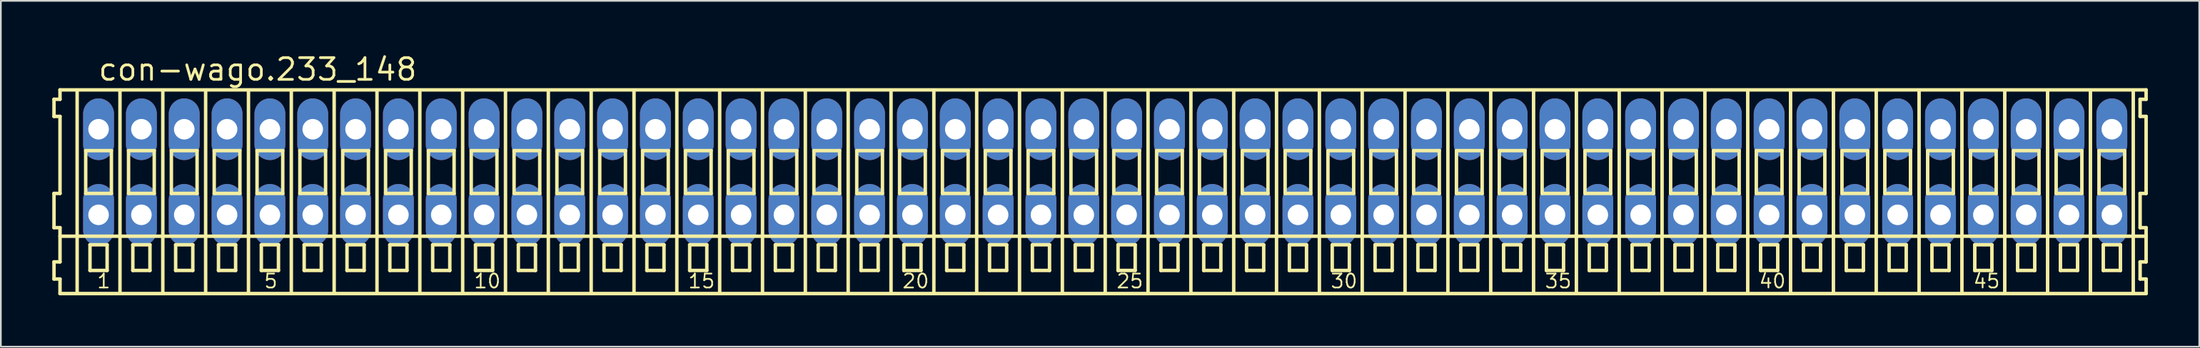
<source format=kicad_pcb>
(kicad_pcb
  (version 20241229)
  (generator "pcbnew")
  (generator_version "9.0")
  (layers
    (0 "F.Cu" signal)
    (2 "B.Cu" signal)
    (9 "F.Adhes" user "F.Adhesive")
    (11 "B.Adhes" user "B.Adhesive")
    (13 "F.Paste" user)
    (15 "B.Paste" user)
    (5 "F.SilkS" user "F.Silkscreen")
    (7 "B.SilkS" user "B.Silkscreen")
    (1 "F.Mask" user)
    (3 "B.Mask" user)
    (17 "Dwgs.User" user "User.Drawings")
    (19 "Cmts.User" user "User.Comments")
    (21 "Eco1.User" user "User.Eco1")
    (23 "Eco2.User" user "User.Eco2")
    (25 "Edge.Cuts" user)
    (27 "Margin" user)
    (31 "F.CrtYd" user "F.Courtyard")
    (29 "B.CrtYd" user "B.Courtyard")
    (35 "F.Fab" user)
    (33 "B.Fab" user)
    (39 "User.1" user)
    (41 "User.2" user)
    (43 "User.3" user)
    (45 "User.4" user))
  (footprint "con-wago.233_148"
    (layer "F.Cu")
    (at 61.452 7)
    (property "Reference" "con-wago.233_148" (at -58.85 -5.25 0) (layer "F.SilkS") (effects (font (size 1.27 1.27) (thickness 0.16)) (justify left bottom)))
    (attr through_hole)
    (fp_line (start -61.35 -4.25) (end -61.35 -3.25) (stroke (width 0.203) (type default)) (layer "F.SilkS"))
    (fp_line (start -61.35 -3.25) (end -61 -3.25) (stroke (width 0.203) (type default)) (layer "F.SilkS"))
    (fp_line (start -61.35 1.25) (end -61.35 3.25) (stroke (width 0.203) (type default)) (layer "F.SilkS"))
    (fp_line (start -61.35 3.25) (end -61 3.25) (stroke (width 0.203) (type default)) (layer "F.SilkS"))
    (fp_line (start -61.35 5.25) (end -61.35 6.25) (stroke (width 0.203) (type default)) (layer "F.SilkS"))
    (fp_line (start -61.35 6.25) (end -61 6.25) (stroke (width 0.203) (type default)) (layer "F.SilkS"))
    (fp_line (start -61 -4.8) (end -61 -4.25) (stroke (width 0.203) (type default)) (layer "F.SilkS"))
    (fp_line (start -61 -4.25) (end -61.35 -4.25) (stroke (width 0.203) (type default)) (layer "F.SilkS"))
    (fp_line (start -61 -3.25) (end -61 1.25) (stroke (width 0.203) (type default)) (layer "F.SilkS"))
    (fp_line (start -61 1.25) (end -61.35 1.25) (stroke (width 0.203) (type default)) (layer "F.SilkS"))
    (fp_line (start -61 3.25) (end -61 5.25) (stroke (width 0.203) (type default)) (layer "F.SilkS"))
    (fp_line (start -61 3.75) (end 60.75 3.75) (stroke (width 0.203) (type default)) (layer "F.SilkS"))
    (fp_line (start -61 5.25) (end -61.35 5.25) (stroke (width 0.203) (type default)) (layer "F.SilkS"))
    (fp_line (start -61 6.25) (end -61 7.1) (stroke (width 0.203) (type default)) (layer "F.SilkS"))
    (fp_line (start -61 7.1) (end 60.75 7.1) (stroke (width 0.203) (type default)) (layer "F.SilkS"))
    (fp_line (start -60 -4.75) (end -60 7) (stroke (width 0.203) (type default)) (layer "F.SilkS"))
    (fp_line (start -59.5 -1.25) (end -59.5 1.25) (stroke (width 0.203) (type default)) (layer "F.SilkS"))
    (fp_line (start -59.5 1.25) (end -58 1.25) (stroke (width 0.203) (type default)) (layer "F.SilkS"))
    (fp_line (start -59.25 4.25) (end -59.25 5.75) (stroke (width 0.203) (type default)) (layer "F.SilkS"))
    (fp_line (start -59.25 5.75) (end -58.25 5.75) (stroke (width 0.203) (type default)) (layer "F.SilkS"))
    (fp_line (start -58.25 4.25) (end -59.25 4.25) (stroke (width 0.203) (type default)) (layer "F.SilkS"))
    (fp_line (start -58.25 5.75) (end -58.25 4.25) (stroke (width 0.203) (type default)) (layer "F.SilkS"))
    (fp_line (start -58 -1.25) (end -59.5 -1.25) (stroke (width 0.203) (type default)) (layer "F.SilkS"))
    (fp_line (start -58 1.25) (end -58 -1.25) (stroke (width 0.203) (type default)) (layer "F.SilkS"))
    (fp_line (start -57.5 -4.75) (end -57.5 7) (stroke (width 0.203) (type default)) (layer "F.SilkS"))
    (fp_line (start -57 -1.25) (end -57 1.25) (stroke (width 0.203) (type default)) (layer "F.SilkS"))
    (fp_line (start -57 1.25) (end -55.5 1.25) (stroke (width 0.203) (type default)) (layer "F.SilkS"))
    (fp_line (start -56.75 4.25) (end -56.75 5.75) (stroke (width 0.203) (type default)) (layer "F.SilkS"))
    (fp_line (start -56.75 5.75) (end -55.75 5.75) (stroke (width 0.203) (type default)) (layer "F.SilkS"))
    (fp_line (start -55.75 4.25) (end -56.75 4.25) (stroke (width 0.203) (type default)) (layer "F.SilkS"))
    (fp_line (start -55.75 5.75) (end -55.75 4.25) (stroke (width 0.203) (type default)) (layer "F.SilkS"))
    (fp_line (start -55.5 -1.25) (end -57 -1.25) (stroke (width 0.203) (type default)) (layer "F.SilkS"))
    (fp_line (start -55.5 1.25) (end -55.5 -1.25) (stroke (width 0.203) (type default)) (layer "F.SilkS"))
    (fp_line (start -55 -4.75) (end -55 7) (stroke (width 0.203) (type default)) (layer "F.SilkS"))
    (fp_line (start -54.5 -1.25) (end -54.5 1.25) (stroke (width 0.203) (type default)) (layer "F.SilkS"))
    (fp_line (start -54.5 1.25) (end -53 1.25) (stroke (width 0.203) (type default)) (layer "F.SilkS"))
    (fp_line (start -54.25 4.25) (end -54.25 5.75) (stroke (width 0.203) (type default)) (layer "F.SilkS"))
    (fp_line (start -54.25 5.75) (end -53.25 5.75) (stroke (width 0.203) (type default)) (layer "F.SilkS"))
    (fp_line (start -53.25 4.25) (end -54.25 4.25) (stroke (width 0.203) (type default)) (layer "F.SilkS"))
    (fp_line (start -53.25 5.75) (end -53.25 4.25) (stroke (width 0.203) (type default)) (layer "F.SilkS"))
    (fp_line (start -53 -1.25) (end -54.5 -1.25) (stroke (width 0.203) (type default)) (layer "F.SilkS"))
    (fp_line (start -53 1.25) (end -53 -1.25) (stroke (width 0.203) (type default)) (layer "F.SilkS"))
    (fp_line (start -52.5 -4.75) (end -52.5 7) (stroke (width 0.203) (type default)) (layer "F.SilkS"))
    (fp_line (start -52 -1.25) (end -52 1.25) (stroke (width 0.203) (type default)) (layer "F.SilkS"))
    (fp_line (start -52 1.25) (end -50.5 1.25) (stroke (width 0.203) (type default)) (layer "F.SilkS"))
    (fp_line (start -51.75 4.25) (end -51.75 5.75) (stroke (width 0.203) (type default)) (layer "F.SilkS"))
    (fp_line (start -51.75 5.75) (end -50.75 5.75) (stroke (width 0.203) (type default)) (layer "F.SilkS"))
    (fp_line (start -50.75 4.25) (end -51.75 4.25) (stroke (width 0.203) (type default)) (layer "F.SilkS"))
    (fp_line (start -50.75 5.75) (end -50.75 4.25) (stroke (width 0.203) (type default)) (layer "F.SilkS"))
    (fp_line (start -50.5 -1.25) (end -52 -1.25) (stroke (width 0.203) (type default)) (layer "F.SilkS"))
    (fp_line (start -50.5 1.25) (end -50.5 -1.25) (stroke (width 0.203) (type default)) (layer "F.SilkS"))
    (fp_line (start -50 -4.75) (end -50 7) (stroke (width 0.203) (type default)) (layer "F.SilkS"))
    (fp_line (start -49.5 -1.25) (end -49.5 1.25) (stroke (width 0.203) (type default)) (layer "F.SilkS"))
    (fp_line (start -49.5 1.25) (end -48 1.25) (stroke (width 0.203) (type default)) (layer "F.SilkS"))
    (fp_line (start -49.25 4.25) (end -49.25 5.75) (stroke (width 0.203) (type default)) (layer "F.SilkS"))
    (fp_line (start -49.25 5.75) (end -48.25 5.75) (stroke (width 0.203) (type default)) (layer "F.SilkS"))
    (fp_line (start -48.25 4.25) (end -49.25 4.25) (stroke (width 0.203) (type default)) (layer "F.SilkS"))
    (fp_line (start -48.25 5.75) (end -48.25 4.25) (stroke (width 0.203) (type default)) (layer "F.SilkS"))
    (fp_line (start -48 -1.25) (end -49.5 -1.25) (stroke (width 0.203) (type default)) (layer "F.SilkS"))
    (fp_line (start -48 1.25) (end -48 -1.25) (stroke (width 0.203) (type default)) (layer "F.SilkS"))
    (fp_line (start -47.5 -4.75) (end -47.5 7) (stroke (width 0.203) (type default)) (layer "F.SilkS"))
    (fp_line (start -47 -1.25) (end -47 1.25) (stroke (width 0.203) (type default)) (layer "F.SilkS"))
    (fp_line (start -47 1.25) (end -45.5 1.25) (stroke (width 0.203) (type default)) (layer "F.SilkS"))
    (fp_line (start -46.75 4.25) (end -46.75 5.75) (stroke (width 0.203) (type default)) (layer "F.SilkS"))
    (fp_line (start -46.75 5.75) (end -45.75 5.75) (stroke (width 0.203) (type default)) (layer "F.SilkS"))
    (fp_line (start -45.75 4.25) (end -46.75 4.25) (stroke (width 0.203) (type default)) (layer "F.SilkS"))
    (fp_line (start -45.75 5.75) (end -45.75 4.25) (stroke (width 0.203) (type default)) (layer "F.SilkS"))
    (fp_line (start -45.5 -1.25) (end -47 -1.25) (stroke (width 0.203) (type default)) (layer "F.SilkS"))
    (fp_line (start -45.5 1.25) (end -45.5 -1.25) (stroke (width 0.203) (type default)) (layer "F.SilkS"))
    (fp_line (start -45 -4.75) (end -45 7) (stroke (width 0.203) (type default)) (layer "F.SilkS"))
    (fp_line (start -44.5 -1.25) (end -44.5 1.25) (stroke (width 0.203) (type default)) (layer "F.SilkS"))
    (fp_line (start -44.5 1.25) (end -43 1.25) (stroke (width 0.203) (type default)) (layer "F.SilkS"))
    (fp_line (start -44.25 4.25) (end -44.25 5.75) (stroke (width 0.203) (type default)) (layer "F.SilkS"))
    (fp_line (start -44.25 5.75) (end -43.25 5.75) (stroke (width 0.203) (type default)) (layer "F.SilkS"))
    (fp_line (start -43.25 4.25) (end -44.25 4.25) (stroke (width 0.203) (type default)) (layer "F.SilkS"))
    (fp_line (start -43.25 5.75) (end -43.25 4.25) (stroke (width 0.203) (type default)) (layer "F.SilkS"))
    (fp_line (start -43 -1.25) (end -44.5 -1.25) (stroke (width 0.203) (type default)) (layer "F.SilkS"))
    (fp_line (start -43 1.25) (end -43 -1.25) (stroke (width 0.203) (type default)) (layer "F.SilkS"))
    (fp_line (start -42.5 -4.75) (end -42.5 7) (stroke (width 0.203) (type default)) (layer "F.SilkS"))
    (fp_line (start -42 -1.25) (end -42 1.25) (stroke (width 0.203) (type default)) (layer "F.SilkS"))
    (fp_line (start -42 1.25) (end -40.5 1.25) (stroke (width 0.203) (type default)) (layer "F.SilkS"))
    (fp_line (start -41.75 4.25) (end -41.75 5.75) (stroke (width 0.203) (type default)) (layer "F.SilkS"))
    (fp_line (start -41.75 5.75) (end -40.75 5.75) (stroke (width 0.203) (type default)) (layer "F.SilkS"))
    (fp_line (start -40.75 4.25) (end -41.75 4.25) (stroke (width 0.203) (type default)) (layer "F.SilkS"))
    (fp_line (start -40.75 5.75) (end -40.75 4.25) (stroke (width 0.203) (type default)) (layer "F.SilkS"))
    (fp_line (start -40.5 -1.25) (end -42 -1.25) (stroke (width 0.203) (type default)) (layer "F.SilkS"))
    (fp_line (start -40.5 1.25) (end -40.5 -1.25) (stroke (width 0.203) (type default)) (layer "F.SilkS"))
    (fp_line (start -40 -4.75) (end -40 7) (stroke (width 0.203) (type default)) (layer "F.SilkS"))
    (fp_line (start -39.5 -1.25) (end -39.5 1.25) (stroke (width 0.203) (type default)) (layer "F.SilkS"))
    (fp_line (start -39.5 1.25) (end -38 1.25) (stroke (width 0.203) (type default)) (layer "F.SilkS"))
    (fp_line (start -39.25 4.25) (end -39.25 5.75) (stroke (width 0.203) (type default)) (layer "F.SilkS"))
    (fp_line (start -39.25 5.75) (end -38.25 5.75) (stroke (width 0.203) (type default)) (layer "F.SilkS"))
    (fp_line (start -38.25 4.25) (end -39.25 4.25) (stroke (width 0.203) (type default)) (layer "F.SilkS"))
    (fp_line (start -38.25 5.75) (end -38.25 4.25) (stroke (width 0.203) (type default)) (layer "F.SilkS"))
    (fp_line (start -38 -1.25) (end -39.5 -1.25) (stroke (width 0.203) (type default)) (layer "F.SilkS"))
    (fp_line (start -38 1.25) (end -38 -1.25) (stroke (width 0.203) (type default)) (layer "F.SilkS"))
    (fp_line (start -37.5 -4.75) (end -37.5 7) (stroke (width 0.203) (type default)) (layer "F.SilkS"))
    (fp_line (start -37 -1.25) (end -37 1.25) (stroke (width 0.203) (type default)) (layer "F.SilkS"))
    (fp_line (start -37 1.25) (end -35.5 1.25) (stroke (width 0.203) (type default)) (layer "F.SilkS"))
    (fp_line (start -36.75 4.25) (end -36.75 5.75) (stroke (width 0.203) (type default)) (layer "F.SilkS"))
    (fp_line (start -36.75 5.75) (end -35.75 5.75) (stroke (width 0.203) (type default)) (layer "F.SilkS"))
    (fp_line (start -35.75 4.25) (end -36.75 4.25) (stroke (width 0.203) (type default)) (layer "F.SilkS"))
    (fp_line (start -35.75 5.75) (end -35.75 4.25) (stroke (width 0.203) (type default)) (layer "F.SilkS"))
    (fp_line (start -35.5 -1.25) (end -37 -1.25) (stroke (width 0.203) (type default)) (layer "F.SilkS"))
    (fp_line (start -35.5 1.25) (end -35.5 -1.25) (stroke (width 0.203) (type default)) (layer "F.SilkS"))
    (fp_line (start -35 -4.75) (end -35 7) (stroke (width 0.203) (type default)) (layer "F.SilkS"))
    (fp_line (start -34.5 -1.25) (end -34.5 1.25) (stroke (width 0.203) (type default)) (layer "F.SilkS"))
    (fp_line (start -34.5 1.25) (end -33 1.25) (stroke (width 0.203) (type default)) (layer "F.SilkS"))
    (fp_line (start -34.25 4.25) (end -34.25 5.75) (stroke (width 0.203) (type default)) (layer "F.SilkS"))
    (fp_line (start -34.25 5.75) (end -33.25 5.75) (stroke (width 0.203) (type default)) (layer "F.SilkS"))
    (fp_line (start -33.25 4.25) (end -34.25 4.25) (stroke (width 0.203) (type default)) (layer "F.SilkS"))
    (fp_line (start -33.25 5.75) (end -33.25 4.25) (stroke (width 0.203) (type default)) (layer "F.SilkS"))
    (fp_line (start -33 -1.25) (end -34.5 -1.25) (stroke (width 0.203) (type default)) (layer "F.SilkS"))
    (fp_line (start -33 1.25) (end -33 -1.25) (stroke (width 0.203) (type default)) (layer "F.SilkS"))
    (fp_line (start -32.5 -4.75) (end -32.5 7) (stroke (width 0.203) (type default)) (layer "F.SilkS"))
    (fp_line (start -32 -1.25) (end -32 1.25) (stroke (width 0.203) (type default)) (layer "F.SilkS"))
    (fp_line (start -32 1.25) (end -30.5 1.25) (stroke (width 0.203) (type default)) (layer "F.SilkS"))
    (fp_line (start -31.75 4.25) (end -31.75 5.75) (stroke (width 0.203) (type default)) (layer "F.SilkS"))
    (fp_line (start -31.75 5.75) (end -30.75 5.75) (stroke (width 0.203) (type default)) (layer "F.SilkS"))
    (fp_line (start -30.75 4.25) (end -31.75 4.25) (stroke (width 0.203) (type default)) (layer "F.SilkS"))
    (fp_line (start -30.75 5.75) (end -30.75 4.25) (stroke (width 0.203) (type default)) (layer "F.SilkS"))
    (fp_line (start -30.5 -1.25) (end -32 -1.25) (stroke (width 0.203) (type default)) (layer "F.SilkS"))
    (fp_line (start -30.5 1.25) (end -30.5 -1.25) (stroke (width 0.203) (type default)) (layer "F.SilkS"))
    (fp_line (start -30 -4.75) (end -30 7) (stroke (width 0.203) (type default)) (layer "F.SilkS"))
    (fp_line (start -29.5 -1.25) (end -29.5 1.25) (stroke (width 0.203) (type default)) (layer "F.SilkS"))
    (fp_line (start -29.5 1.25) (end -28 1.25) (stroke (width 0.203) (type default)) (layer "F.SilkS"))
    (fp_line (start -29.25 4.25) (end -29.25 5.75) (stroke (width 0.203) (type default)) (layer "F.SilkS"))
    (fp_line (start -29.25 5.75) (end -28.25 5.75) (stroke (width 0.203) (type default)) (layer "F.SilkS"))
    (fp_line (start -28.25 4.25) (end -29.25 4.25) (stroke (width 0.203) (type default)) (layer "F.SilkS"))
    (fp_line (start -28.25 5.75) (end -28.25 4.25) (stroke (width 0.203) (type default)) (layer "F.SilkS"))
    (fp_line (start -28 -1.25) (end -29.5 -1.25) (stroke (width 0.203) (type default)) (layer "F.SilkS"))
    (fp_line (start -28 1.25) (end -28 -1.25) (stroke (width 0.203) (type default)) (layer "F.SilkS"))
    (fp_line (start -27.5 -4.75) (end -27.5 7) (stroke (width 0.203) (type default)) (layer "F.SilkS"))
    (fp_line (start -27 -1.25) (end -27 1.25) (stroke (width 0.203) (type default)) (layer "F.SilkS"))
    (fp_line (start -27 1.25) (end -25.5 1.25) (stroke (width 0.203) (type default)) (layer "F.SilkS"))
    (fp_line (start -26.75 4.25) (end -26.75 5.75) (stroke (width 0.203) (type default)) (layer "F.SilkS"))
    (fp_line (start -26.75 5.75) (end -25.75 5.75) (stroke (width 0.203) (type default)) (layer "F.SilkS"))
    (fp_line (start -25.75 4.25) (end -26.75 4.25) (stroke (width 0.203) (type default)) (layer "F.SilkS"))
    (fp_line (start -25.75 5.75) (end -25.75 4.25) (stroke (width 0.203) (type default)) (layer "F.SilkS"))
    (fp_line (start -25.5 -1.25) (end -27 -1.25) (stroke (width 0.203) (type default)) (layer "F.SilkS"))
    (fp_line (start -25.5 1.25) (end -25.5 -1.25) (stroke (width 0.203) (type default)) (layer "F.SilkS"))
    (fp_line (start -25 -4.75) (end -25 7) (stroke (width 0.203) (type default)) (layer "F.SilkS"))
    (fp_line (start -24.5 -1.25) (end -24.5 1.25) (stroke (width 0.203) (type default)) (layer "F.SilkS"))
    (fp_line (start -24.5 1.25) (end -23 1.25) (stroke (width 0.203) (type default)) (layer "F.SilkS"))
    (fp_line (start -24.25 4.25) (end -24.25 5.75) (stroke (width 0.203) (type default)) (layer "F.SilkS"))
    (fp_line (start -24.25 5.75) (end -23.25 5.75) (stroke (width 0.203) (type default)) (layer "F.SilkS"))
    (fp_line (start -23.25 4.25) (end -24.25 4.25) (stroke (width 0.203) (type default)) (layer "F.SilkS"))
    (fp_line (start -23.25 5.75) (end -23.25 4.25) (stroke (width 0.203) (type default)) (layer "F.SilkS"))
    (fp_line (start -23 -1.25) (end -24.5 -1.25) (stroke (width 0.203) (type default)) (layer "F.SilkS"))
    (fp_line (start -23 1.25) (end -23 -1.25) (stroke (width 0.203) (type default)) (layer "F.SilkS"))
    (fp_line (start -22.5 -4.75) (end -22.5 7) (stroke (width 0.203) (type default)) (layer "F.SilkS"))
    (fp_line (start -22 -1.25) (end -22 1.25) (stroke (width 0.203) (type default)) (layer "F.SilkS"))
    (fp_line (start -22 1.25) (end -20.5 1.25) (stroke (width 0.203) (type default)) (layer "F.SilkS"))
    (fp_line (start -21.75 4.25) (end -21.75 5.75) (stroke (width 0.203) (type default)) (layer "F.SilkS"))
    (fp_line (start -21.75 5.75) (end -20.75 5.75) (stroke (width 0.203) (type default)) (layer "F.SilkS"))
    (fp_line (start -20.75 4.25) (end -21.75 4.25) (stroke (width 0.203) (type default)) (layer "F.SilkS"))
    (fp_line (start -20.75 5.75) (end -20.75 4.25) (stroke (width 0.203) (type default)) (layer "F.SilkS"))
    (fp_line (start -20.5 -1.25) (end -22 -1.25) (stroke (width 0.203) (type default)) (layer "F.SilkS"))
    (fp_line (start -20.5 1.25) (end -20.5 -1.25) (stroke (width 0.203) (type default)) (layer "F.SilkS"))
    (fp_line (start -20 -4.75) (end -20 7) (stroke (width 0.203) (type default)) (layer "F.SilkS"))
    (fp_line (start -19.5 -1.25) (end -19.5 1.25) (stroke (width 0.203) (type default)) (layer "F.SilkS"))
    (fp_line (start -19.5 1.25) (end -18 1.25) (stroke (width 0.203) (type default)) (layer "F.SilkS"))
    (fp_line (start -19.25 4.25) (end -19.25 5.75) (stroke (width 0.203) (type default)) (layer "F.SilkS"))
    (fp_line (start -19.25 5.75) (end -18.25 5.75) (stroke (width 0.203) (type default)) (layer "F.SilkS"))
    (fp_line (start -18.25 4.25) (end -19.25 4.25) (stroke (width 0.203) (type default)) (layer "F.SilkS"))
    (fp_line (start -18.25 5.75) (end -18.25 4.25) (stroke (width 0.203) (type default)) (layer "F.SilkS"))
    (fp_line (start -18 -1.25) (end -19.5 -1.25) (stroke (width 0.203) (type default)) (layer "F.SilkS"))
    (fp_line (start -18 1.25) (end -18 -1.25) (stroke (width 0.203) (type default)) (layer "F.SilkS"))
    (fp_line (start -17.5 -4.75) (end -17.5 7) (stroke (width 0.203) (type default)) (layer "F.SilkS"))
    (fp_line (start -17 -1.25) (end -17 1.25) (stroke (width 0.203) (type default)) (layer "F.SilkS"))
    (fp_line (start -17 1.25) (end -15.5 1.25) (stroke (width 0.203) (type default)) (layer "F.SilkS"))
    (fp_line (start -16.75 4.25) (end -16.75 5.75) (stroke (width 0.203) (type default)) (layer "F.SilkS"))
    (fp_line (start -16.75 5.75) (end -15.75 5.75) (stroke (width 0.203) (type default)) (layer "F.SilkS"))
    (fp_line (start -15.75 4.25) (end -16.75 4.25) (stroke (width 0.203) (type default)) (layer "F.SilkS"))
    (fp_line (start -15.75 5.75) (end -15.75 4.25) (stroke (width 0.203) (type default)) (layer "F.SilkS"))
    (fp_line (start -15.5 -1.25) (end -17 -1.25) (stroke (width 0.203) (type default)) (layer "F.SilkS"))
    (fp_line (start -15.5 1.25) (end -15.5 -1.25) (stroke (width 0.203) (type default)) (layer "F.SilkS"))
    (fp_line (start -15 -4.75) (end -15 7) (stroke (width 0.203) (type default)) (layer "F.SilkS"))
    (fp_line (start -14.5 -1.25) (end -14.5 1.25) (stroke (width 0.203) (type default)) (layer "F.SilkS"))
    (fp_line (start -14.5 1.25) (end -13 1.25) (stroke (width 0.203) (type default)) (layer "F.SilkS"))
    (fp_line (start -14.25 4.25) (end -14.25 5.75) (stroke (width 0.203) (type default)) (layer "F.SilkS"))
    (fp_line (start -14.25 5.75) (end -13.25 5.75) (stroke (width 0.203) (type default)) (layer "F.SilkS"))
    (fp_line (start -13.25 4.25) (end -14.25 4.25) (stroke (width 0.203) (type default)) (layer "F.SilkS"))
    (fp_line (start -13.25 5.75) (end -13.25 4.25) (stroke (width 0.203) (type default)) (layer "F.SilkS"))
    (fp_line (start -13 -1.25) (end -14.5 -1.25) (stroke (width 0.203) (type default)) (layer "F.SilkS"))
    (fp_line (start -13 1.25) (end -13 -1.25) (stroke (width 0.203) (type default)) (layer "F.SilkS"))
    (fp_line (start -12.5 -4.75) (end -12.5 7) (stroke (width 0.203) (type default)) (layer "F.SilkS"))
    (fp_line (start -12 -1.25) (end -12 1.25) (stroke (width 0.203) (type default)) (layer "F.SilkS"))
    (fp_line (start -12 1.25) (end -10.5 1.25) (stroke (width 0.203) (type default)) (layer "F.SilkS"))
    (fp_line (start -11.75 4.25) (end -11.75 5.75) (stroke (width 0.203) (type default)) (layer "F.SilkS"))
    (fp_line (start -11.75 5.75) (end -10.75 5.75) (stroke (width 0.203) (type default)) (layer "F.SilkS"))
    (fp_line (start -10.75 4.25) (end -11.75 4.25) (stroke (width 0.203) (type default)) (layer "F.SilkS"))
    (fp_line (start -10.75 5.75) (end -10.75 4.25) (stroke (width 0.203) (type default)) (layer "F.SilkS"))
    (fp_line (start -10.5 -1.25) (end -12 -1.25) (stroke (width 0.203) (type default)) (layer "F.SilkS"))
    (fp_line (start -10.5 1.25) (end -10.5 -1.25) (stroke (width 0.203) (type default)) (layer "F.SilkS"))
    (fp_line (start -10 -4.75) (end -10 7) (stroke (width 0.203) (type default)) (layer "F.SilkS"))
    (fp_line (start -9.5 -1.25) (end -9.5 1.25) (stroke (width 0.203) (type default)) (layer "F.SilkS"))
    (fp_line (start -9.5 1.25) (end -8 1.25) (stroke (width 0.203) (type default)) (layer "F.SilkS"))
    (fp_line (start -9.25 4.25) (end -9.25 5.75) (stroke (width 0.203) (type default)) (layer "F.SilkS"))
    (fp_line (start -9.25 5.75) (end -8.25 5.75) (stroke (width 0.203) (type default)) (layer "F.SilkS"))
    (fp_line (start -8.25 4.25) (end -9.25 4.25) (stroke (width 0.203) (type default)) (layer "F.SilkS"))
    (fp_line (start -8.25 5.75) (end -8.25 4.25) (stroke (width 0.203) (type default)) (layer "F.SilkS"))
    (fp_line (start -8 -1.25) (end -9.5 -1.25) (stroke (width 0.203) (type default)) (layer "F.SilkS"))
    (fp_line (start -8 1.25) (end -8 -1.25) (stroke (width 0.203) (type default)) (layer "F.SilkS"))
    (fp_line (start -7.5 -4.75) (end -7.5 7) (stroke (width 0.203) (type default)) (layer "F.SilkS"))
    (fp_line (start -7 -1.25) (end -7 1.25) (stroke (width 0.203) (type default)) (layer "F.SilkS"))
    (fp_line (start -7 1.25) (end -5.5 1.25) (stroke (width 0.203) (type default)) (layer "F.SilkS"))
    (fp_line (start -6.75 4.25) (end -6.75 5.75) (stroke (width 0.203) (type default)) (layer "F.SilkS"))
    (fp_line (start -6.75 5.75) (end -5.75 5.75) (stroke (width 0.203) (type default)) (layer "F.SilkS"))
    (fp_line (start -5.75 4.25) (end -6.75 4.25) (stroke (width 0.203) (type default)) (layer "F.SilkS"))
    (fp_line (start -5.75 5.75) (end -5.75 4.25) (stroke (width 0.203) (type default)) (layer "F.SilkS"))
    (fp_line (start -5.5 -1.25) (end -7 -1.25) (stroke (width 0.203) (type default)) (layer "F.SilkS"))
    (fp_line (start -5.5 1.25) (end -5.5 -1.25) (stroke (width 0.203) (type default)) (layer "F.SilkS"))
    (fp_line (start -5 -4.75) (end -5 7) (stroke (width 0.203) (type default)) (layer "F.SilkS"))
    (fp_line (start -4.5 -1.25) (end -4.5 1.25) (stroke (width 0.203) (type default)) (layer "F.SilkS"))
    (fp_line (start -4.5 1.25) (end -3 1.25) (stroke (width 0.203) (type default)) (layer "F.SilkS"))
    (fp_line (start -4.25 4.25) (end -4.25 5.75) (stroke (width 0.203) (type default)) (layer "F.SilkS"))
    (fp_line (start -4.25 5.75) (end -3.25 5.75) (stroke (width 0.203) (type default)) (layer "F.SilkS"))
    (fp_line (start -3.25 4.25) (end -4.25 4.25) (stroke (width 0.203) (type default)) (layer "F.SilkS"))
    (fp_line (start -3.25 5.75) (end -3.25 4.25) (stroke (width 0.203) (type default)) (layer "F.SilkS"))
    (fp_line (start -3 -1.25) (end -4.5 -1.25) (stroke (width 0.203) (type default)) (layer "F.SilkS"))
    (fp_line (start -3 1.25) (end -3 -1.25) (stroke (width 0.203) (type default)) (layer "F.SilkS"))
    (fp_line (start -2.5 -4.75) (end -2.5 7) (stroke (width 0.203) (type default)) (layer "F.SilkS"))
    (fp_line (start -2 -1.25) (end -2 1.25) (stroke (width 0.203) (type default)) (layer "F.SilkS"))
    (fp_line (start -2 1.25) (end -0.5 1.25) (stroke (width 0.203) (type default)) (layer "F.SilkS"))
    (fp_line (start -1.75 4.25) (end -1.75 5.75) (stroke (width 0.203) (type default)) (layer "F.SilkS"))
    (fp_line (start -1.75 5.75) (end -0.75 5.75) (stroke (width 0.203) (type default)) (layer "F.SilkS"))
    (fp_line (start -0.75 4.25) (end -1.75 4.25) (stroke (width 0.203) (type default)) (layer "F.SilkS"))
    (fp_line (start -0.75 5.75) (end -0.75 4.25) (stroke (width 0.203) (type default)) (layer "F.SilkS"))
    (fp_line (start -0.5 -1.25) (end -2 -1.25) (stroke (width 0.203) (type default)) (layer "F.SilkS"))
    (fp_line (start -0.5 1.25) (end -0.5 -1.25) (stroke (width 0.203) (type default)) (layer "F.SilkS"))
    (fp_line (start 0 -4.75) (end 0 7) (stroke (width 0.203) (type default)) (layer "F.SilkS"))
    (fp_line (start 0.5 -1.25) (end 0.5 1.25) (stroke (width 0.203) (type default)) (layer "F.SilkS"))
    (fp_line (start 0.5 1.25) (end 2 1.25) (stroke (width 0.203) (type default)) (layer "F.SilkS"))
    (fp_line (start 0.75 4.25) (end 0.75 5.75) (stroke (width 0.203) (type default)) (layer "F.SilkS"))
    (fp_line (start 0.75 5.75) (end 1.75 5.75) (stroke (width 0.203) (type default)) (layer "F.SilkS"))
    (fp_line (start 1.75 4.25) (end 0.75 4.25) (stroke (width 0.203) (type default)) (layer "F.SilkS"))
    (fp_line (start 1.75 5.75) (end 1.75 4.25) (stroke (width 0.203) (type default)) (layer "F.SilkS"))
    (fp_line (start 2 -1.25) (end 0.5 -1.25) (stroke (width 0.203) (type default)) (layer "F.SilkS"))
    (fp_line (start 2 1.25) (end 2 -1.25) (stroke (width 0.203) (type default)) (layer "F.SilkS"))
    (fp_line (start 2.5 -4.75) (end 2.5 7) (stroke (width 0.203) (type default)) (layer "F.SilkS"))
    (fp_line (start 3 -1.25) (end 3 1.25) (stroke (width 0.203) (type default)) (layer "F.SilkS"))
    (fp_line (start 3 1.25) (end 4.5 1.25) (stroke (width 0.203) (type default)) (layer "F.SilkS"))
    (fp_line (start 3.25 4.25) (end 3.25 5.75) (stroke (width 0.203) (type default)) (layer "F.SilkS"))
    (fp_line (start 3.25 5.75) (end 4.25 5.75) (stroke (width 0.203) (type default)) (layer "F.SilkS"))
    (fp_line (start 4.25 4.25) (end 3.25 4.25) (stroke (width 0.203) (type default)) (layer "F.SilkS"))
    (fp_line (start 4.25 5.75) (end 4.25 4.25) (stroke (width 0.203) (type default)) (layer "F.SilkS"))
    (fp_line (start 4.5 -1.25) (end 3 -1.25) (stroke (width 0.203) (type default)) (layer "F.SilkS"))
    (fp_line (start 4.5 1.25) (end 4.5 -1.25) (stroke (width 0.203) (type default)) (layer "F.SilkS"))
    (fp_line (start 5 -4.75) (end 5 7) (stroke (width 0.203) (type default)) (layer "F.SilkS"))
    (fp_line (start 5.5 -1.25) (end 5.5 1.25) (stroke (width 0.203) (type default)) (layer "F.SilkS"))
    (fp_line (start 5.5 1.25) (end 7 1.25) (stroke (width 0.203) (type default)) (layer "F.SilkS"))
    (fp_line (start 5.75 4.25) (end 5.75 5.75) (stroke (width 0.203) (type default)) (layer "F.SilkS"))
    (fp_line (start 5.75 5.75) (end 6.75 5.75) (stroke (width 0.203) (type default)) (layer "F.SilkS"))
    (fp_line (start 6.75 4.25) (end 5.75 4.25) (stroke (width 0.203) (type default)) (layer "F.SilkS"))
    (fp_line (start 6.75 5.75) (end 6.75 4.25) (stroke (width 0.203) (type default)) (layer "F.SilkS"))
    (fp_line (start 7 -1.25) (end 5.5 -1.25) (stroke (width 0.203) (type default)) (layer "F.SilkS"))
    (fp_line (start 7 1.25) (end 7 -1.25) (stroke (width 0.203) (type default)) (layer "F.SilkS"))
    (fp_line (start 7.5 -4.75) (end 7.5 7) (stroke (width 0.203) (type default)) (layer "F.SilkS"))
    (fp_line (start 8 -1.25) (end 8 1.25) (stroke (width 0.203) (type default)) (layer "F.SilkS"))
    (fp_line (start 8 1.25) (end 9.5 1.25) (stroke (width 0.203) (type default)) (layer "F.SilkS"))
    (fp_line (start 8.25 4.25) (end 8.25 5.75) (stroke (width 0.203) (type default)) (layer "F.SilkS"))
    (fp_line (start 8.25 5.75) (end 9.25 5.75) (stroke (width 0.203) (type default)) (layer "F.SilkS"))
    (fp_line (start 9.25 4.25) (end 8.25 4.25) (stroke (width 0.203) (type default)) (layer "F.SilkS"))
    (fp_line (start 9.25 5.75) (end 9.25 4.25) (stroke (width 0.203) (type default)) (layer "F.SilkS"))
    (fp_line (start 9.5 -1.25) (end 8 -1.25) (stroke (width 0.203) (type default)) (layer "F.SilkS"))
    (fp_line (start 9.5 1.25) (end 9.5 -1.25) (stroke (width 0.203) (type default)) (layer "F.SilkS"))
    (fp_line (start 10 -4.75) (end 10 7) (stroke (width 0.203) (type default)) (layer "F.SilkS"))
    (fp_line (start 10.5 -1.25) (end 10.5 1.25) (stroke (width 0.203) (type default)) (layer "F.SilkS"))
    (fp_line (start 10.5 1.25) (end 12 1.25) (stroke (width 0.203) (type default)) (layer "F.SilkS"))
    (fp_line (start 10.75 4.25) (end 10.75 5.75) (stroke (width 0.203) (type default)) (layer "F.SilkS"))
    (fp_line (start 10.75 5.75) (end 11.75 5.75) (stroke (width 0.203) (type default)) (layer "F.SilkS"))
    (fp_line (start 11.75 4.25) (end 10.75 4.25) (stroke (width 0.203) (type default)) (layer "F.SilkS"))
    (fp_line (start 11.75 5.75) (end 11.75 4.25) (stroke (width 0.203) (type default)) (layer "F.SilkS"))
    (fp_line (start 12 -1.25) (end 10.5 -1.25) (stroke (width 0.203) (type default)) (layer "F.SilkS"))
    (fp_line (start 12 1.25) (end 12 -1.25) (stroke (width 0.203) (type default)) (layer "F.SilkS"))
    (fp_line (start 12.5 -4.75) (end 12.5 7) (stroke (width 0.203) (type default)) (layer "F.SilkS"))
    (fp_line (start 13 -1.25) (end 13 1.25) (stroke (width 0.203) (type default)) (layer "F.SilkS"))
    (fp_line (start 13 1.25) (end 14.5 1.25) (stroke (width 0.203) (type default)) (layer "F.SilkS"))
    (fp_line (start 13.25 4.25) (end 13.25 5.75) (stroke (width 0.203) (type default)) (layer "F.SilkS"))
    (fp_line (start 13.25 5.75) (end 14.25 5.75) (stroke (width 0.203) (type default)) (layer "F.SilkS"))
    (fp_line (start 14.25 4.25) (end 13.25 4.25) (stroke (width 0.203) (type default)) (layer "F.SilkS"))
    (fp_line (start 14.25 5.75) (end 14.25 4.25) (stroke (width 0.203) (type default)) (layer "F.SilkS"))
    (fp_line (start 14.5 -1.25) (end 13 -1.25) (stroke (width 0.203) (type default)) (layer "F.SilkS"))
    (fp_line (start 14.5 1.25) (end 14.5 -1.25) (stroke (width 0.203) (type default)) (layer "F.SilkS"))
    (fp_line (start 15 -4.75) (end 15 7) (stroke (width 0.203) (type default)) (layer "F.SilkS"))
    (fp_line (start 15.5 -1.25) (end 15.5 1.25) (stroke (width 0.203) (type default)) (layer "F.SilkS"))
    (fp_line (start 15.5 1.25) (end 17 1.25) (stroke (width 0.203) (type default)) (layer "F.SilkS"))
    (fp_line (start 15.75 4.25) (end 15.75 5.75) (stroke (width 0.203) (type default)) (layer "F.SilkS"))
    (fp_line (start 15.75 5.75) (end 16.75 5.75) (stroke (width 0.203) (type default)) (layer "F.SilkS"))
    (fp_line (start 16.75 4.25) (end 15.75 4.25) (stroke (width 0.203) (type default)) (layer "F.SilkS"))
    (fp_line (start 16.75 5.75) (end 16.75 4.25) (stroke (width 0.203) (type default)) (layer "F.SilkS"))
    (fp_line (start 17 -1.25) (end 15.5 -1.25) (stroke (width 0.203) (type default)) (layer "F.SilkS"))
    (fp_line (start 17 1.25) (end 17 -1.25) (stroke (width 0.203) (type default)) (layer "F.SilkS"))
    (fp_line (start 17.5 -4.75) (end 17.5 7) (stroke (width 0.203) (type default)) (layer "F.SilkS"))
    (fp_line (start 18 -1.25) (end 18 1.25) (stroke (width 0.203) (type default)) (layer "F.SilkS"))
    (fp_line (start 18 1.25) (end 19.5 1.25) (stroke (width 0.203) (type default)) (layer "F.SilkS"))
    (fp_line (start 18.25 4.25) (end 18.25 5.75) (stroke (width 0.203) (type default)) (layer "F.SilkS"))
    (fp_line (start 18.25 5.75) (end 19.25 5.75) (stroke (width 0.203) (type default)) (layer "F.SilkS"))
    (fp_line (start 19.25 4.25) (end 18.25 4.25) (stroke (width 0.203) (type default)) (layer "F.SilkS"))
    (fp_line (start 19.25 5.75) (end 19.25 4.25) (stroke (width 0.203) (type default)) (layer "F.SilkS"))
    (fp_line (start 19.5 -1.25) (end 18 -1.25) (stroke (width 0.203) (type default)) (layer "F.SilkS"))
    (fp_line (start 19.5 1.25) (end 19.5 -1.25) (stroke (width 0.203) (type default)) (layer "F.SilkS"))
    (fp_line (start 20 -4.75) (end 20 7) (stroke (width 0.203) (type default)) (layer "F.SilkS"))
    (fp_line (start 20.5 -1.25) (end 20.5 1.25) (stroke (width 0.203) (type default)) (layer "F.SilkS"))
    (fp_line (start 20.5 1.25) (end 22 1.25) (stroke (width 0.203) (type default)) (layer "F.SilkS"))
    (fp_line (start 20.75 4.25) (end 20.75 5.75) (stroke (width 0.203) (type default)) (layer "F.SilkS"))
    (fp_line (start 20.75 5.75) (end 21.75 5.75) (stroke (width 0.203) (type default)) (layer "F.SilkS"))
    (fp_line (start 21.75 4.25) (end 20.75 4.25) (stroke (width 0.203) (type default)) (layer "F.SilkS"))
    (fp_line (start 21.75 5.75) (end 21.75 4.25) (stroke (width 0.203) (type default)) (layer "F.SilkS"))
    (fp_line (start 22 -1.25) (end 20.5 -1.25) (stroke (width 0.203) (type default)) (layer "F.SilkS"))
    (fp_line (start 22 1.25) (end 22 -1.25) (stroke (width 0.203) (type default)) (layer "F.SilkS"))
    (fp_line (start 22.5 -4.75) (end 22.5 7) (stroke (width 0.203) (type default)) (layer "F.SilkS"))
    (fp_line (start 23 -1.25) (end 23 1.25) (stroke (width 0.203) (type default)) (layer "F.SilkS"))
    (fp_line (start 23 1.25) (end 24.5 1.25) (stroke (width 0.203) (type default)) (layer "F.SilkS"))
    (fp_line (start 23.25 4.25) (end 23.25 5.75) (stroke (width 0.203) (type default)) (layer "F.SilkS"))
    (fp_line (start 23.25 5.75) (end 24.25 5.75) (stroke (width 0.203) (type default)) (layer "F.SilkS"))
    (fp_line (start 24.25 4.25) (end 23.25 4.25) (stroke (width 0.203) (type default)) (layer "F.SilkS"))
    (fp_line (start 24.25 5.75) (end 24.25 4.25) (stroke (width 0.203) (type default)) (layer "F.SilkS"))
    (fp_line (start 24.5 -1.25) (end 23 -1.25) (stroke (width 0.203) (type default)) (layer "F.SilkS"))
    (fp_line (start 24.5 1.25) (end 24.5 -1.25) (stroke (width 0.203) (type default)) (layer "F.SilkS"))
    (fp_line (start 25 -4.75) (end 25 7) (stroke (width 0.203) (type default)) (layer "F.SilkS"))
    (fp_line (start 25.5 -1.25) (end 25.5 1.25) (stroke (width 0.203) (type default)) (layer "F.SilkS"))
    (fp_line (start 25.5 1.25) (end 27 1.25) (stroke (width 0.203) (type default)) (layer "F.SilkS"))
    (fp_line (start 25.75 4.25) (end 25.75 5.75) (stroke (width 0.203) (type default)) (layer "F.SilkS"))
    (fp_line (start 25.75 5.75) (end 26.75 5.75) (stroke (width 0.203) (type default)) (layer "F.SilkS"))
    (fp_line (start 26.75 4.25) (end 25.75 4.25) (stroke (width 0.203) (type default)) (layer "F.SilkS"))
    (fp_line (start 26.75 5.75) (end 26.75 4.25) (stroke (width 0.203) (type default)) (layer "F.SilkS"))
    (fp_line (start 27 -1.25) (end 25.5 -1.25) (stroke (width 0.203) (type default)) (layer "F.SilkS"))
    (fp_line (start 27 1.25) (end 27 -1.25) (stroke (width 0.203) (type default)) (layer "F.SilkS"))
    (fp_line (start 27.5 -4.75) (end 27.5 7) (stroke (width 0.203) (type default)) (layer "F.SilkS"))
    (fp_line (start 28 -1.25) (end 28 1.25) (stroke (width 0.203) (type default)) (layer "F.SilkS"))
    (fp_line (start 28 1.25) (end 29.5 1.25) (stroke (width 0.203) (type default)) (layer "F.SilkS"))
    (fp_line (start 28.25 4.25) (end 28.25 5.75) (stroke (width 0.203) (type default)) (layer "F.SilkS"))
    (fp_line (start 28.25 5.75) (end 29.25 5.75) (stroke (width 0.203) (type default)) (layer "F.SilkS"))
    (fp_line (start 29.25 4.25) (end 28.25 4.25) (stroke (width 0.203) (type default)) (layer "F.SilkS"))
    (fp_line (start 29.25 5.75) (end 29.25 4.25) (stroke (width 0.203) (type default)) (layer "F.SilkS"))
    (fp_line (start 29.5 -1.25) (end 28 -1.25) (stroke (width 0.203) (type default)) (layer "F.SilkS"))
    (fp_line (start 29.5 1.25) (end 29.5 -1.25) (stroke (width 0.203) (type default)) (layer "F.SilkS"))
    (fp_line (start 30 -4.75) (end 30 7) (stroke (width 0.203) (type default)) (layer "F.SilkS"))
    (fp_line (start 30.5 -1.25) (end 30.5 1.25) (stroke (width 0.203) (type default)) (layer "F.SilkS"))
    (fp_line (start 30.5 1.25) (end 32 1.25) (stroke (width 0.203) (type default)) (layer "F.SilkS"))
    (fp_line (start 30.75 4.25) (end 30.75 5.75) (stroke (width 0.203) (type default)) (layer "F.SilkS"))
    (fp_line (start 30.75 5.75) (end 31.75 5.75) (stroke (width 0.203) (type default)) (layer "F.SilkS"))
    (fp_line (start 31.75 4.25) (end 30.75 4.25) (stroke (width 0.203) (type default)) (layer "F.SilkS"))
    (fp_line (start 31.75 5.75) (end 31.75 4.25) (stroke (width 0.203) (type default)) (layer "F.SilkS"))
    (fp_line (start 32 -1.25) (end 30.5 -1.25) (stroke (width 0.203) (type default)) (layer "F.SilkS"))
    (fp_line (start 32 1.25) (end 32 -1.25) (stroke (width 0.203) (type default)) (layer "F.SilkS"))
    (fp_line (start 32.5 -4.75) (end 32.5 7) (stroke (width 0.203) (type default)) (layer "F.SilkS"))
    (fp_line (start 33 -1.25) (end 33 1.25) (stroke (width 0.203) (type default)) (layer "F.SilkS"))
    (fp_line (start 33 1.25) (end 34.5 1.25) (stroke (width 0.203) (type default)) (layer "F.SilkS"))
    (fp_line (start 33.25 4.25) (end 33.25 5.75) (stroke (width 0.203) (type default)) (layer "F.SilkS"))
    (fp_line (start 33.25 5.75) (end 34.25 5.75) (stroke (width 0.203) (type default)) (layer "F.SilkS"))
    (fp_line (start 34.25 4.25) (end 33.25 4.25) (stroke (width 0.203) (type default)) (layer "F.SilkS"))
    (fp_line (start 34.25 5.75) (end 34.25 4.25) (stroke (width 0.203) (type default)) (layer "F.SilkS"))
    (fp_line (start 34.5 -1.25) (end 33 -1.25) (stroke (width 0.203) (type default)) (layer "F.SilkS"))
    (fp_line (start 34.5 1.25) (end 34.5 -1.25) (stroke (width 0.203) (type default)) (layer "F.SilkS"))
    (fp_line (start 35 -4.75) (end 35 7) (stroke (width 0.203) (type default)) (layer "F.SilkS"))
    (fp_line (start 35.5 -1.25) (end 35.5 1.25) (stroke (width 0.203) (type default)) (layer "F.SilkS"))
    (fp_line (start 35.5 1.25) (end 37 1.25) (stroke (width 0.203) (type default)) (layer "F.SilkS"))
    (fp_line (start 35.75 4.25) (end 35.75 5.75) (stroke (width 0.203) (type default)) (layer "F.SilkS"))
    (fp_line (start 35.75 5.75) (end 36.75 5.75) (stroke (width 0.203) (type default)) (layer "F.SilkS"))
    (fp_line (start 36.75 4.25) (end 35.75 4.25) (stroke (width 0.203) (type default)) (layer "F.SilkS"))
    (fp_line (start 36.75 5.75) (end 36.75 4.25) (stroke (width 0.203) (type default)) (layer "F.SilkS"))
    (fp_line (start 37 -1.25) (end 35.5 -1.25) (stroke (width 0.203) (type default)) (layer "F.SilkS"))
    (fp_line (start 37 1.25) (end 37 -1.25) (stroke (width 0.203) (type default)) (layer "F.SilkS"))
    (fp_line (start 37.5 -4.75) (end 37.5 7) (stroke (width 0.203) (type default)) (layer "F.SilkS"))
    (fp_line (start 38 -1.25) (end 38 1.25) (stroke (width 0.203) (type default)) (layer "F.SilkS"))
    (fp_line (start 38 1.25) (end 39.5 1.25) (stroke (width 0.203) (type default)) (layer "F.SilkS"))
    (fp_line (start 38.25 4.25) (end 38.25 5.75) (stroke (width 0.203) (type default)) (layer "F.SilkS"))
    (fp_line (start 38.25 5.75) (end 39.25 5.75) (stroke (width 0.203) (type default)) (layer "F.SilkS"))
    (fp_line (start 39.25 4.25) (end 38.25 4.25) (stroke (width 0.203) (type default)) (layer "F.SilkS"))
    (fp_line (start 39.25 5.75) (end 39.25 4.25) (stroke (width 0.203) (type default)) (layer "F.SilkS"))
    (fp_line (start 39.5 -1.25) (end 38 -1.25) (stroke (width 0.203) (type default)) (layer "F.SilkS"))
    (fp_line (start 39.5 1.25) (end 39.5 -1.25) (stroke (width 0.203) (type default)) (layer "F.SilkS"))
    (fp_line (start 40 -4.75) (end 40 7) (stroke (width 0.203) (type default)) (layer "F.SilkS"))
    (fp_line (start 40.5 -1.25) (end 40.5 1.25) (stroke (width 0.203) (type default)) (layer "F.SilkS"))
    (fp_line (start 40.5 1.25) (end 42 1.25) (stroke (width 0.203) (type default)) (layer "F.SilkS"))
    (fp_line (start 40.75 4.25) (end 40.75 5.75) (stroke (width 0.203) (type default)) (layer "F.SilkS"))
    (fp_line (start 40.75 5.75) (end 41.75 5.75) (stroke (width 0.203) (type default)) (layer "F.SilkS"))
    (fp_line (start 41.75 4.25) (end 40.75 4.25) (stroke (width 0.203) (type default)) (layer "F.SilkS"))
    (fp_line (start 41.75 5.75) (end 41.75 4.25) (stroke (width 0.203) (type default)) (layer "F.SilkS"))
    (fp_line (start 42 -1.25) (end 40.5 -1.25) (stroke (width 0.203) (type default)) (layer "F.SilkS"))
    (fp_line (start 42 1.25) (end 42 -1.25) (stroke (width 0.203) (type default)) (layer "F.SilkS"))
    (fp_line (start 42.5 -4.75) (end 42.5 7) (stroke (width 0.203) (type default)) (layer "F.SilkS"))
    (fp_line (start 43 -1.25) (end 43 1.25) (stroke (width 0.203) (type default)) (layer "F.SilkS"))
    (fp_line (start 43 1.25) (end 44.5 1.25) (stroke (width 0.203) (type default)) (layer "F.SilkS"))
    (fp_line (start 43.25 4.25) (end 43.25 5.75) (stroke (width 0.203) (type default)) (layer "F.SilkS"))
    (fp_line (start 43.25 5.75) (end 44.25 5.75) (stroke (width 0.203) (type default)) (layer "F.SilkS"))
    (fp_line (start 44.25 4.25) (end 43.25 4.25) (stroke (width 0.203) (type default)) (layer "F.SilkS"))
    (fp_line (start 44.25 5.75) (end 44.25 4.25) (stroke (width 0.203) (type default)) (layer "F.SilkS"))
    (fp_line (start 44.5 -1.25) (end 43 -1.25) (stroke (width 0.203) (type default)) (layer "F.SilkS"))
    (fp_line (start 44.5 1.25) (end 44.5 -1.25) (stroke (width 0.203) (type default)) (layer "F.SilkS"))
    (fp_line (start 45 -4.75) (end 45 7) (stroke (width 0.203) (type default)) (layer "F.SilkS"))
    (fp_line (start 45.5 -1.25) (end 45.5 1.25) (stroke (width 0.203) (type default)) (layer "F.SilkS"))
    (fp_line (start 45.5 1.25) (end 47 1.25) (stroke (width 0.203) (type default)) (layer "F.SilkS"))
    (fp_line (start 45.75 4.25) (end 45.75 5.75) (stroke (width 0.203) (type default)) (layer "F.SilkS"))
    (fp_line (start 45.75 5.75) (end 46.75 5.75) (stroke (width 0.203) (type default)) (layer "F.SilkS"))
    (fp_line (start 46.75 4.25) (end 45.75 4.25) (stroke (width 0.203) (type default)) (layer "F.SilkS"))
    (fp_line (start 46.75 5.75) (end 46.75 4.25) (stroke (width 0.203) (type default)) (layer "F.SilkS"))
    (fp_line (start 47 -1.25) (end 45.5 -1.25) (stroke (width 0.203) (type default)) (layer "F.SilkS"))
    (fp_line (start 47 1.25) (end 47 -1.25) (stroke (width 0.203) (type default)) (layer "F.SilkS"))
    (fp_line (start 47.5 -4.75) (end 47.5 7) (stroke (width 0.203) (type default)) (layer "F.SilkS"))
    (fp_line (start 48 -1.25) (end 48 1.25) (stroke (width 0.203) (type default)) (layer "F.SilkS"))
    (fp_line (start 48 1.25) (end 49.5 1.25) (stroke (width 0.203) (type default)) (layer "F.SilkS"))
    (fp_line (start 48.25 4.25) (end 48.25 5.75) (stroke (width 0.203) (type default)) (layer "F.SilkS"))
    (fp_line (start 48.25 5.75) (end 49.25 5.75) (stroke (width 0.203) (type default)) (layer "F.SilkS"))
    (fp_line (start 49.25 4.25) (end 48.25 4.25) (stroke (width 0.203) (type default)) (layer "F.SilkS"))
    (fp_line (start 49.25 5.75) (end 49.25 4.25) (stroke (width 0.203) (type default)) (layer "F.SilkS"))
    (fp_line (start 49.5 -1.25) (end 48 -1.25) (stroke (width 0.203) (type default)) (layer "F.SilkS"))
    (fp_line (start 49.5 1.25) (end 49.5 -1.25) (stroke (width 0.203) (type default)) (layer "F.SilkS"))
    (fp_line (start 50 -4.75) (end 50 7) (stroke (width 0.203) (type default)) (layer "F.SilkS"))
    (fp_line (start 50.5 -1.25) (end 50.5 1.25) (stroke (width 0.203) (type default)) (layer "F.SilkS"))
    (fp_line (start 50.5 1.25) (end 52 1.25) (stroke (width 0.203) (type default)) (layer "F.SilkS"))
    (fp_line (start 50.75 4.25) (end 50.75 5.75) (stroke (width 0.203) (type default)) (layer "F.SilkS"))
    (fp_line (start 50.75 5.75) (end 51.75 5.75) (stroke (width 0.203) (type default)) (layer "F.SilkS"))
    (fp_line (start 51.75 4.25) (end 50.75 4.25) (stroke (width 0.203) (type default)) (layer "F.SilkS"))
    (fp_line (start 51.75 5.75) (end 51.75 4.25) (stroke (width 0.203) (type default)) (layer "F.SilkS"))
    (fp_line (start 52 -1.25) (end 50.5 -1.25) (stroke (width 0.203) (type default)) (layer "F.SilkS"))
    (fp_line (start 52 1.25) (end 52 -1.25) (stroke (width 0.203) (type default)) (layer "F.SilkS"))
    (fp_line (start 52.5 -4.75) (end 52.5 7) (stroke (width 0.203) (type default)) (layer "F.SilkS"))
    (fp_line (start 53 -1.25) (end 53 1.25) (stroke (width 0.203) (type default)) (layer "F.SilkS"))
    (fp_line (start 53 1.25) (end 54.5 1.25) (stroke (width 0.203) (type default)) (layer "F.SilkS"))
    (fp_line (start 53.25 4.25) (end 53.25 5.75) (stroke (width 0.203) (type default)) (layer "F.SilkS"))
    (fp_line (start 53.25 5.75) (end 54.25 5.75) (stroke (width 0.203) (type default)) (layer "F.SilkS"))
    (fp_line (start 54.25 4.25) (end 53.25 4.25) (stroke (width 0.203) (type default)) (layer "F.SilkS"))
    (fp_line (start 54.25 5.75) (end 54.25 4.25) (stroke (width 0.203) (type default)) (layer "F.SilkS"))
    (fp_line (start 54.5 -1.25) (end 53 -1.25) (stroke (width 0.203) (type default)) (layer "F.SilkS"))
    (fp_line (start 54.5 1.25) (end 54.5 -1.25) (stroke (width 0.203) (type default)) (layer "F.SilkS"))
    (fp_line (start 55 -4.75) (end 55 7) (stroke (width 0.203) (type default)) (layer "F.SilkS"))
    (fp_line (start 55.5 -1.25) (end 55.5 1.25) (stroke (width 0.203) (type default)) (layer "F.SilkS"))
    (fp_line (start 55.5 1.25) (end 57 1.25) (stroke (width 0.203) (type default)) (layer "F.SilkS"))
    (fp_line (start 55.75 4.25) (end 55.75 5.75) (stroke (width 0.203) (type default)) (layer "F.SilkS"))
    (fp_line (start 55.75 5.75) (end 56.75 5.75) (stroke (width 0.203) (type default)) (layer "F.SilkS"))
    (fp_line (start 56.75 4.25) (end 55.75 4.25) (stroke (width 0.203) (type default)) (layer "F.SilkS"))
    (fp_line (start 56.75 5.75) (end 56.75 4.25) (stroke (width 0.203) (type default)) (layer "F.SilkS"))
    (fp_line (start 57 -1.25) (end 55.5 -1.25) (stroke (width 0.203) (type default)) (layer "F.SilkS"))
    (fp_line (start 57 1.25) (end 57 -1.25) (stroke (width 0.203) (type default)) (layer "F.SilkS"))
    (fp_line (start 57.5 -4.75) (end 57.5 7) (stroke (width 0.203) (type default)) (layer "F.SilkS"))
    (fp_line (start 58 -1.25) (end 58 1.25) (stroke (width 0.203) (type default)) (layer "F.SilkS"))
    (fp_line (start 58 1.25) (end 59.5 1.25) (stroke (width 0.203) (type default)) (layer "F.SilkS"))
    (fp_line (start 58.25 4.25) (end 58.25 5.75) (stroke (width 0.203) (type default)) (layer "F.SilkS"))
    (fp_line (start 58.25 5.75) (end 59.25 5.75) (stroke (width 0.203) (type default)) (layer "F.SilkS"))
    (fp_line (start 59.25 4.25) (end 58.25 4.25) (stroke (width 0.203) (type default)) (layer "F.SilkS"))
    (fp_line (start 59.25 5.75) (end 59.25 4.25) (stroke (width 0.203) (type default)) (layer "F.SilkS"))
    (fp_line (start 59.5 -1.25) (end 58 -1.25) (stroke (width 0.203) (type default)) (layer "F.SilkS"))
    (fp_line (start 59.5 1.25) (end 59.5 -1.25) (stroke (width 0.203) (type default)) (layer "F.SilkS"))
    (fp_line (start 60 -4.75) (end 60 7) (stroke (width 0.203) (type default)) (layer "F.SilkS"))
    (fp_line (start 60.4 -4.25) (end 60.4 -3.25) (stroke (width 0.203) (type default)) (layer "F.SilkS"))
    (fp_line (start 60.4 -3.25) (end 60.75 -3.25) (stroke (width 0.203) (type default)) (layer "F.SilkS"))
    (fp_line (start 60.4 1.25) (end 60.4 3.25) (stroke (width 0.203) (type default)) (layer "F.SilkS"))
    (fp_line (start 60.4 3.25) (end 60.75 3.25) (stroke (width 0.203) (type default)) (layer "F.SilkS"))
    (fp_line (start 60.4 5.25) (end 60.4 6.25) (stroke (width 0.203) (type default)) (layer "F.SilkS"))
    (fp_line (start 60.4 6.25) (end 60.75 6.25) (stroke (width 0.203) (type default)) (layer "F.SilkS"))
    (fp_line (start 60.75 -4.8) (end -61 -4.8) (stroke (width 0.203) (type default)) (layer "F.SilkS"))
    (fp_line (start 60.75 -4.25) (end 60.4 -4.25) (stroke (width 0.203) (type default)) (layer "F.SilkS"))
    (fp_line (start 60.75 -4.25) (end 60.75 -4.8) (stroke (width 0.203) (type default)) (layer "F.SilkS"))
    (fp_line (start 60.75 1.25) (end 60.4 1.25) (stroke (width 0.203) (type default)) (layer "F.SilkS"))
    (fp_line (start 60.75 1.25) (end 60.75 -3.25) (stroke (width 0.203) (type default)) (layer "F.SilkS"))
    (fp_line (start 60.75 3.75) (end 60.75 3.25) (stroke (width 0.203) (type default)) (layer "F.SilkS"))
    (fp_line (start 60.75 5.25) (end 60.4 5.25) (stroke (width 0.203) (type default)) (layer "F.SilkS"))
    (fp_line (start 60.75 5.25) (end 60.75 3.75) (stroke (width 0.203) (type default)) (layer "F.SilkS"))
    (fp_line (start 60.75 7.1) (end 60.75 6.25) (stroke (width 0.203) (type default)) (layer "F.SilkS"))
    (fp_text user "10" (at -36.9 6.85 0) (layer "F.SilkS") (effects (font (size 0.813 0.813) (thickness 0.1)) (justify left bottom)))
    (fp_text user "1" (at -58.9 6.85 0) (layer "F.SilkS") (effects (font (size 0.813 0.813) (thickness 0.1)) (justify left bottom)))
    (fp_text user "40" (at 38.1 6.85 0) (layer "F.SilkS") (effects (font (size 0.813 0.813) (thickness 0.1)) (justify left bottom)))
    (fp_text user "25" (at 0.6 6.85 0) (layer "F.SilkS") (effects (font (size 0.813 0.813) (thickness 0.1)) (justify left bottom)))
    (fp_text user "5" (at -49.15 6.85 0) (layer "F.SilkS") (effects (font (size 0.813 0.813) (thickness 0.1)) (justify left bottom)))
    (fp_text user "15" (at -24.4 6.85 0) (layer "F.SilkS") (effects (font (size 0.813 0.813) (thickness 0.1)) (justify left bottom)))
    (fp_text user "45" (at 50.6 6.85 0) (layer "F.SilkS") (effects (font (size 0.813 0.813) (thickness 0.1)) (justify left bottom)))
    (fp_text user "30" (at 13.1 6.85 0) (layer "F.SilkS") (effects (font (size 0.813 0.813) (thickness 0.1)) (justify left bottom)))
    (fp_text user "35" (at 25.6 6.85 0) (layer "F.SilkS") (effects (font (size 0.813 0.813) (thickness 0.1)) (justify left bottom)))
    (fp_text user "20" (at -11.9 6.85 0) (layer "F.SilkS") (effects (font (size 0.813 0.813) (thickness 0.1)) (justify left bottom)))
    (pad "A1" thru_hole oval (at -58.75 -2.5 90) (size 3.6 1.8) (drill 1.2) (layers "*.Cu" "*.Mask"))
    (pad "A2" thru_hole oval (at -56.25 -2.5 90) (size 3.6 1.8) (drill 1.2) (layers "*.Cu" "*.Mask"))
    (pad "A3" thru_hole oval (at -53.75 -2.5 90) (size 3.6 1.8) (drill 1.2) (layers "*.Cu" "*.Mask"))
    (pad "A4" thru_hole oval (at -51.25 -2.5 90) (size 3.6 1.8) (drill 1.2) (layers "*.Cu" "*.Mask"))
    (pad "A5" thru_hole oval (at -48.75 -2.5 90) (size 3.6 1.8) (drill 1.2) (layers "*.Cu" "*.Mask"))
    (pad "A6" thru_hole oval (at -46.25 -2.5 90) (size 3.6 1.8) (drill 1.2) (layers "*.Cu" "*.Mask"))
    (pad "A7" thru_hole oval (at -43.75 -2.5 90) (size 3.6 1.8) (drill 1.2) (layers "*.Cu" "*.Mask"))
    (pad "A8" thru_hole oval (at -41.25 -2.5 90) (size 3.6 1.8) (drill 1.2) (layers "*.Cu" "*.Mask"))
    (pad "A9" thru_hole oval (at -38.75 -2.5 90) (size 3.6 1.8) (drill 1.2) (layers "*.Cu" "*.Mask"))
    (pad "A10" thru_hole oval (at -36.25 -2.5 90) (size 3.6 1.8) (drill 1.2) (layers "*.Cu" "*.Mask"))
    (pad "A11" thru_hole oval (at -33.75 -2.5 90) (size 3.6 1.8) (drill 1.2) (layers "*.Cu" "*.Mask"))
    (pad "A12" thru_hole oval (at -31.25 -2.5 90) (size 3.6 1.8) (drill 1.2) (layers "*.Cu" "*.Mask"))
    (pad "A13" thru_hole oval (at -28.75 -2.5 90) (size 3.6 1.8) (drill 1.2) (layers "*.Cu" "*.Mask"))
    (pad "A14" thru_hole oval (at -26.25 -2.5 90) (size 3.6 1.8) (drill 1.2) (layers "*.Cu" "*.Mask"))
    (pad "A15" thru_hole oval (at -23.75 -2.5 90) (size 3.6 1.8) (drill 1.2) (layers "*.Cu" "*.Mask"))
    (pad "A16" thru_hole oval (at -21.25 -2.5 90) (size 3.6 1.8) (drill 1.2) (layers "*.Cu" "*.Mask"))
    (pad "A17" thru_hole oval (at -18.75 -2.5 90) (size 3.6 1.8) (drill 1.2) (layers "*.Cu" "*.Mask"))
    (pad "A18" thru_hole oval (at -16.25 -2.5 90) (size 3.6 1.8) (drill 1.2) (layers "*.Cu" "*.Mask"))
    (pad "A19" thru_hole oval (at -13.75 -2.5 90) (size 3.6 1.8) (drill 1.2) (layers "*.Cu" "*.Mask"))
    (pad "A20" thru_hole oval (at -11.25 -2.5 90) (size 3.6 1.8) (drill 1.2) (layers "*.Cu" "*.Mask"))
    (pad "A21" thru_hole oval (at -8.75 -2.5 90) (size 3.6 1.8) (drill 1.2) (layers "*.Cu" "*.Mask"))
    (pad "A22" thru_hole oval (at -6.25 -2.5 90) (size 3.6 1.8) (drill 1.2) (layers "*.Cu" "*.Mask"))
    (pad "A23" thru_hole oval (at -3.75 -2.5 90) (size 3.6 1.8) (drill 1.2) (layers "*.Cu" "*.Mask"))
    (pad "A24" thru_hole oval (at -1.25 -2.5 90) (size 3.6 1.8) (drill 1.2) (layers "*.Cu" "*.Mask"))
    (pad "A25" thru_hole oval (at 1.25 -2.5 90) (size 3.6 1.8) (drill 1.2) (layers "*.Cu" "*.Mask"))
    (pad "A26" thru_hole oval (at 3.75 -2.5 90) (size 3.6 1.8) (drill 1.2) (layers "*.Cu" "*.Mask"))
    (pad "A27" thru_hole oval (at 6.25 -2.5 90) (size 3.6 1.8) (drill 1.2) (layers "*.Cu" "*.Mask"))
    (pad "A28" thru_hole oval (at 8.75 -2.5 90) (size 3.6 1.8) (drill 1.2) (layers "*.Cu" "*.Mask"))
    (pad "A29" thru_hole oval (at 11.25 -2.5 90) (size 3.6 1.8) (drill 1.2) (layers "*.Cu" "*.Mask"))
    (pad "A30" thru_hole oval (at 13.75 -2.5 90) (size 3.6 1.8) (drill 1.2) (layers "*.Cu" "*.Mask"))
    (pad "A31" thru_hole oval (at 16.25 -2.5 90) (size 3.6 1.8) (drill 1.2) (layers "*.Cu" "*.Mask"))
    (pad "A32" thru_hole oval (at 18.75 -2.5 90) (size 3.6 1.8) (drill 1.2) (layers "*.Cu" "*.Mask"))
    (pad "A33" thru_hole oval (at 21.25 -2.5 90) (size 3.6 1.8) (drill 1.2) (layers "*.Cu" "*.Mask"))
    (pad "A34" thru_hole oval (at 23.75 -2.5 90) (size 3.6 1.8) (drill 1.2) (layers "*.Cu" "*.Mask"))
    (pad "A35" thru_hole oval (at 26.25 -2.5 90) (size 3.6 1.8) (drill 1.2) (layers "*.Cu" "*.Mask"))
    (pad "A36" thru_hole oval (at 28.75 -2.5 90) (size 3.6 1.8) (drill 1.2) (layers "*.Cu" "*.Mask"))
    (pad "A37" thru_hole oval (at 31.25 -2.5 90) (size 3.6 1.8) (drill 1.2) (layers "*.Cu" "*.Mask"))
    (pad "A38" thru_hole oval (at 33.75 -2.5 90) (size 3.6 1.8) (drill 1.2) (layers "*.Cu" "*.Mask"))
    (pad "A39" thru_hole oval (at 36.25 -2.5 90) (size 3.6 1.8) (drill 1.2) (layers "*.Cu" "*.Mask"))
    (pad "A40" thru_hole oval (at 38.75 -2.5 90) (size 3.6 1.8) (drill 1.2) (layers "*.Cu" "*.Mask"))
    (pad "A41" thru_hole oval (at 41.25 -2.5 90) (size 3.6 1.8) (drill 1.2) (layers "*.Cu" "*.Mask"))
    (pad "A42" thru_hole oval (at 43.75 -2.5 90) (size 3.6 1.8) (drill 1.2) (layers "*.Cu" "*.Mask"))
    (pad "A43" thru_hole oval (at 46.25 -2.5 90) (size 3.6 1.8) (drill 1.2) (layers "*.Cu" "*.Mask"))
    (pad "A44" thru_hole oval (at 48.75 -2.5 90) (size 3.6 1.8) (drill 1.2) (layers "*.Cu" "*.Mask"))
    (pad "A45" thru_hole oval (at 51.25 -2.5 90) (size 3.6 1.8) (drill 1.2) (layers "*.Cu" "*.Mask"))
    (pad "A46" thru_hole oval (at 53.75 -2.5 90) (size 3.6 1.8) (drill 1.2) (layers "*.Cu" "*.Mask"))
    (pad "A47" thru_hole oval (at 56.25 -2.5 90) (size 3.6 1.8) (drill 1.2) (layers "*.Cu" "*.Mask"))
    (pad "A48" thru_hole oval (at 58.75 -2.5 90) (size 3.6 1.8) (drill 1.2) (layers "*.Cu" "*.Mask"))
    (pad "B1" thru_hole oval (at -58.75 2.5 90) (size 3.6 1.8) (drill 1.2) (layers "*.Cu" "*.Mask"))
    (pad "B2" thru_hole oval (at -56.25 2.5 90) (size 3.6 1.8) (drill 1.2) (layers "*.Cu" "*.Mask"))
    (pad "B3" thru_hole oval (at -53.75 2.5 90) (size 3.6 1.8) (drill 1.2) (layers "*.Cu" "*.Mask"))
    (pad "B4" thru_hole oval (at -51.25 2.5 90) (size 3.6 1.8) (drill 1.2) (layers "*.Cu" "*.Mask"))
    (pad "B5" thru_hole oval (at -48.75 2.5 90) (size 3.6 1.8) (drill 1.2) (layers "*.Cu" "*.Mask"))
    (pad "B6" thru_hole oval (at -46.25 2.5 90) (size 3.6 1.8) (drill 1.2) (layers "*.Cu" "*.Mask"))
    (pad "B7" thru_hole oval (at -43.75 2.5 90) (size 3.6 1.8) (drill 1.2) (layers "*.Cu" "*.Mask"))
    (pad "B8" thru_hole oval (at -41.25 2.5 90) (size 3.6 1.8) (drill 1.2) (layers "*.Cu" "*.Mask"))
    (pad "B9" thru_hole oval (at -38.75 2.5 90) (size 3.6 1.8) (drill 1.2) (layers "*.Cu" "*.Mask"))
    (pad "B10" thru_hole oval (at -36.25 2.5 90) (size 3.6 1.8) (drill 1.2) (layers "*.Cu" "*.Mask"))
    (pad "B11" thru_hole oval (at -33.75 2.5 90) (size 3.6 1.8) (drill 1.2) (layers "*.Cu" "*.Mask"))
    (pad "B12" thru_hole oval (at -31.25 2.5 90) (size 3.6 1.8) (drill 1.2) (layers "*.Cu" "*.Mask"))
    (pad "B13" thru_hole oval (at -28.75 2.5 90) (size 3.6 1.8) (drill 1.2) (layers "*.Cu" "*.Mask"))
    (pad "B14" thru_hole oval (at -26.25 2.5 90) (size 3.6 1.8) (drill 1.2) (layers "*.Cu" "*.Mask"))
    (pad "B15" thru_hole oval (at -23.75 2.5 90) (size 3.6 1.8) (drill 1.2) (layers "*.Cu" "*.Mask"))
    (pad "B16" thru_hole oval (at -21.25 2.5 90) (size 3.6 1.8) (drill 1.2) (layers "*.Cu" "*.Mask"))
    (pad "B17" thru_hole oval (at -18.75 2.5 90) (size 3.6 1.8) (drill 1.2) (layers "*.Cu" "*.Mask"))
    (pad "B18" thru_hole oval (at -16.25 2.5 90) (size 3.6 1.8) (drill 1.2) (layers "*.Cu" "*.Mask"))
    (pad "B19" thru_hole oval (at -13.75 2.5 90) (size 3.6 1.8) (drill 1.2) (layers "*.Cu" "*.Mask"))
    (pad "B20" thru_hole oval (at -11.25 2.5 90) (size 3.6 1.8) (drill 1.2) (layers "*.Cu" "*.Mask"))
    (pad "B21" thru_hole oval (at -8.75 2.5 90) (size 3.6 1.8) (drill 1.2) (layers "*.Cu" "*.Mask"))
    (pad "B22" thru_hole oval (at -6.25 2.5 90) (size 3.6 1.8) (drill 1.2) (layers "*.Cu" "*.Mask"))
    (pad "B23" thru_hole oval (at -3.75 2.5 90) (size 3.6 1.8) (drill 1.2) (layers "*.Cu" "*.Mask"))
    (pad "B24" thru_hole oval (at -1.25 2.5 90) (size 3.6 1.8) (drill 1.2) (layers "*.Cu" "*.Mask"))
    (pad "B25" thru_hole oval (at 1.25 2.5 90) (size 3.6 1.8) (drill 1.2) (layers "*.Cu" "*.Mask"))
    (pad "B26" thru_hole oval (at 3.75 2.5 90) (size 3.6 1.8) (drill 1.2) (layers "*.Cu" "*.Mask"))
    (pad "B27" thru_hole oval (at 6.25 2.5 90) (size 3.6 1.8) (drill 1.2) (layers "*.Cu" "*.Mask"))
    (pad "B28" thru_hole oval (at 8.75 2.5 90) (size 3.6 1.8) (drill 1.2) (layers "*.Cu" "*.Mask"))
    (pad "B29" thru_hole oval (at 11.25 2.5 90) (size 3.6 1.8) (drill 1.2) (layers "*.Cu" "*.Mask"))
    (pad "B30" thru_hole oval (at 13.75 2.5 90) (size 3.6 1.8) (drill 1.2) (layers "*.Cu" "*.Mask"))
    (pad "B31" thru_hole oval (at 16.25 2.5 90) (size 3.6 1.8) (drill 1.2) (layers "*.Cu" "*.Mask"))
    (pad "B32" thru_hole oval (at 18.75 2.5 90) (size 3.6 1.8) (drill 1.2) (layers "*.Cu" "*.Mask"))
    (pad "B33" thru_hole oval (at 21.25 2.5 90) (size 3.6 1.8) (drill 1.2) (layers "*.Cu" "*.Mask"))
    (pad "B34" thru_hole oval (at 23.75 2.5 90) (size 3.6 1.8) (drill 1.2) (layers "*.Cu" "*.Mask"))
    (pad "B35" thru_hole oval (at 26.25 2.5 90) (size 3.6 1.8) (drill 1.2) (layers "*.Cu" "*.Mask"))
    (pad "B36" thru_hole oval (at 28.75 2.5 90) (size 3.6 1.8) (drill 1.2) (layers "*.Cu" "*.Mask"))
    (pad "B37" thru_hole oval (at 31.25 2.5 90) (size 3.6 1.8) (drill 1.2) (layers "*.Cu" "*.Mask"))
    (pad "B38" thru_hole oval (at 33.75 2.5 90) (size 3.6 1.8) (drill 1.2) (layers "*.Cu" "*.Mask"))
    (pad "B39" thru_hole oval (at 36.25 2.5 90) (size 3.6 1.8) (drill 1.2) (layers "*.Cu" "*.Mask"))
    (pad "B40" thru_hole oval (at 38.75 2.5 90) (size 3.6 1.8) (drill 1.2) (layers "*.Cu" "*.Mask"))
    (pad "B41" thru_hole oval (at 41.25 2.5 90) (size 3.6 1.8) (drill 1.2) (layers "*.Cu" "*.Mask"))
    (pad "B42" thru_hole oval (at 43.75 2.5 90) (size 3.6 1.8) (drill 1.2) (layers "*.Cu" "*.Mask"))
    (pad "B43" thru_hole oval (at 46.25 2.5 90) (size 3.6 1.8) (drill 1.2) (layers "*.Cu" "*.Mask"))
    (pad "B44" thru_hole oval (at 48.75 2.5 90) (size 3.6 1.8) (drill 1.2) (layers "*.Cu" "*.Mask"))
    (pad "B45" thru_hole oval (at 51.25 2.5 90) (size 3.6 1.8) (drill 1.2) (layers "*.Cu" "*.Mask"))
    (pad "B46" thru_hole oval (at 53.75 2.5 90) (size 3.6 1.8) (drill 1.2) (layers "*.Cu" "*.Mask"))
    (pad "B47" thru_hole oval (at 56.25 2.5 90) (size 3.6 1.8) (drill 1.2) (layers "*.Cu" "*.Mask"))
    (pad "B48" thru_hole oval (at 58.75 2.5 90) (size 3.6 1.8) (drill 1.2) (layers "*.Cu" "*.Mask")))
  (gr_rect
    (start -3 -3)
    (end 125.303 17.202)
    (stroke (width 0.1) (type default))
    (fill no)
    (layer "Edge.Cuts")))
</source>
